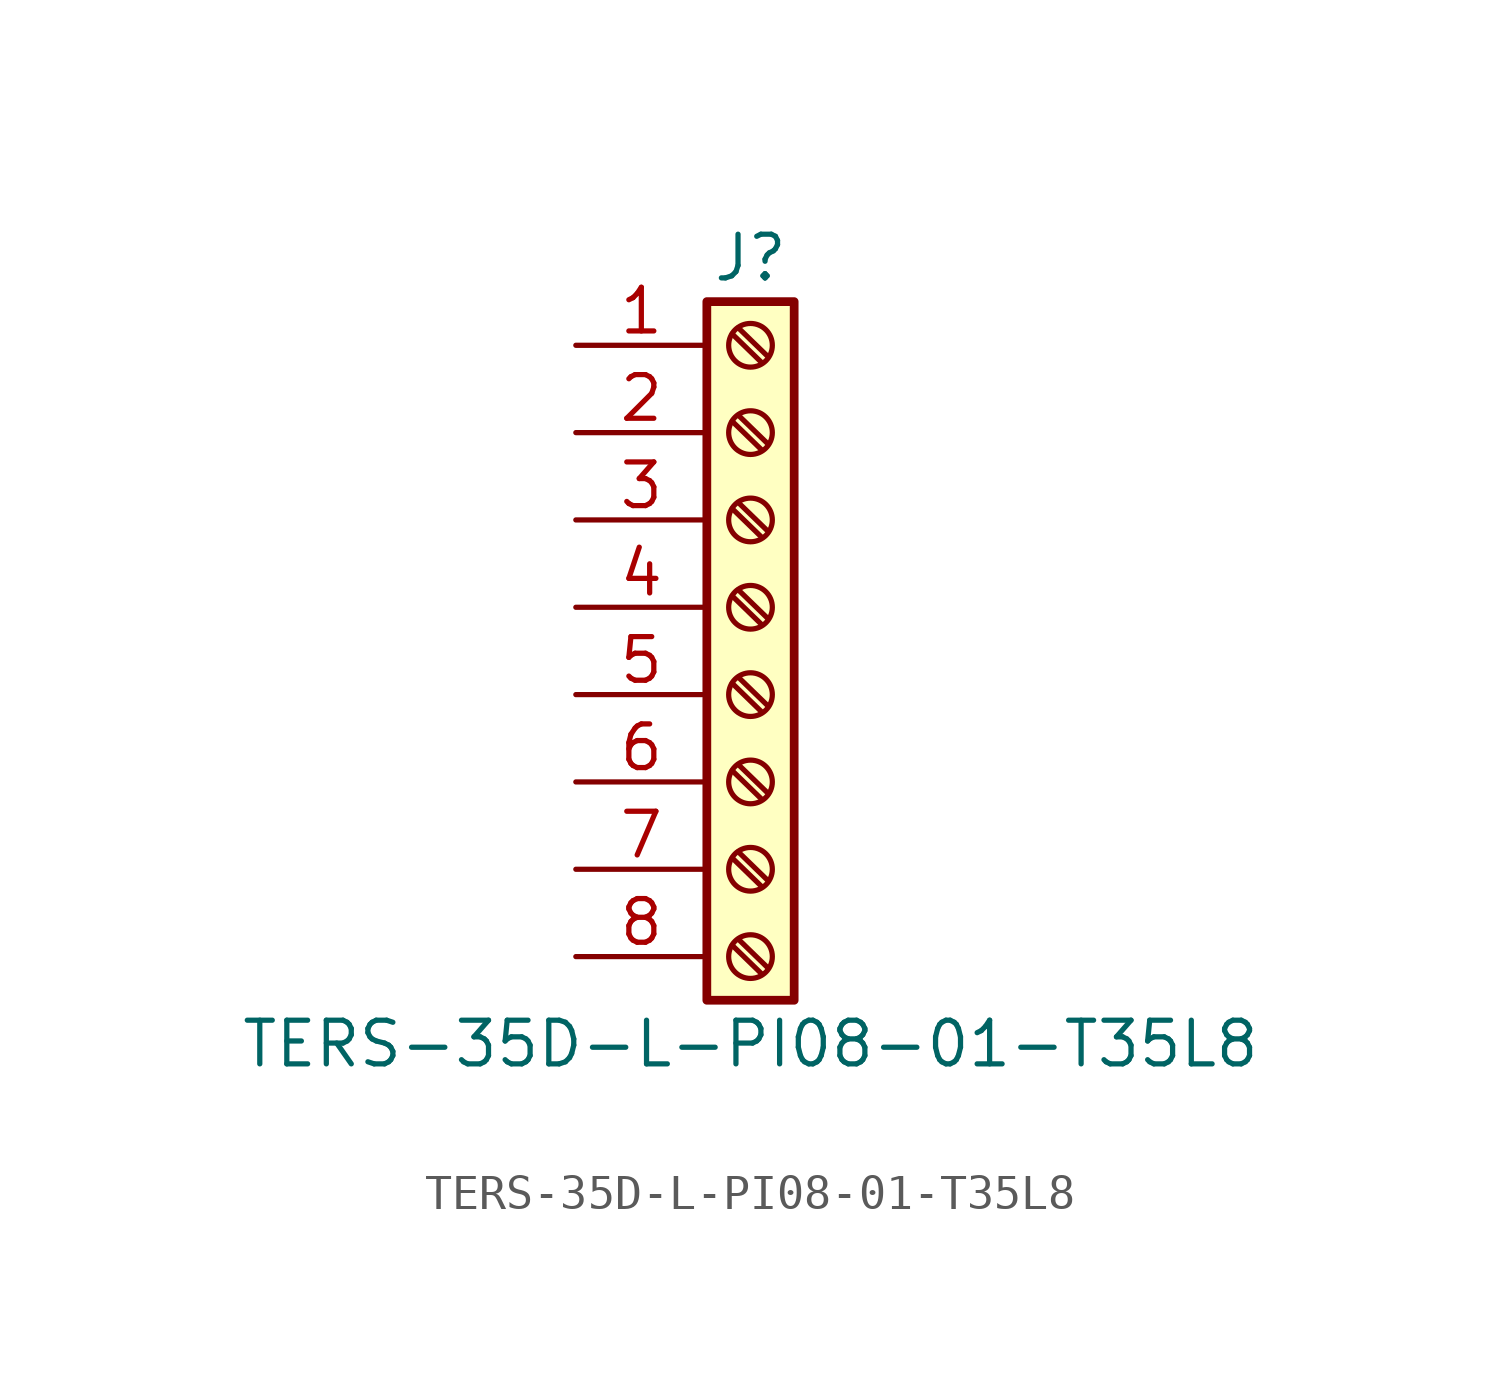
<source format=kicad_sym>
(kicad_symbol_lib
  (version 20211014)
  (generator kicad_symbol_editor)
  (symbol "TERS-35D-L-PI08-01-T35L8"
    (pin_names
      (offset 1.016) hide)
    (property "Reference" "J"
      (at 0 10.16 0)
      (effects (font (size 1.27 1.27))))
    (property "Value" "TERS-35D-L-PI08-01-T35L8"
      (at 0 -12.7 0)
      (effects (font (size 1.27 1.27))))
    (symbol "TERS-35D-L-PI08-01-T35L8_1_1"
      (rectangle (start -1.27 8.89) (end 1.27 -11.43) (stroke (width 0.254) (type default) (color 0 0 0 0)) (fill (type background)))
      (circle (center 0 -10.16) (radius 0.635) (stroke (width 0.152) (type default) (color 0 0 0 0)) (fill (type none)))
      (circle (center 0 -7.62) (radius 0.635) (stroke (width 0.152) (type default) (color 0 0 0 0)) (fill (type none)))
      (circle (center 0 -5.08) (radius 0.635) (stroke (width 0.152) (type default) (color 0 0 0 0)) (fill (type none)))
      (circle (center 0 -2.54) (radius 0.635) (stroke (width 0.152) (type default) (color 0 0 0 0)) (fill (type none)))
      (polyline (pts (xy -0.533 -9.83) (xy 0.33 -10.668)) (stroke (width 0.152) (type default) (color 0 0 0 0)) (fill (type none)))
      (polyline (pts (xy -0.533 -7.29) (xy 0.33 -8.128)) (stroke (width 0.152) (type default) (color 0 0 0 0)) (fill (type none)))
      (polyline (pts (xy -0.533 -4.75) (xy 0.33 -5.588)) (stroke (width 0.152) (type default) (color 0 0 0 0)) (fill (type none)))
      (polyline (pts (xy -0.533 -2.21) (xy 0.33 -3.048)) (stroke (width 0.152) (type default) (color 0 0 0 0)) (fill (type none)))
      (polyline (pts (xy -0.533 0.33) (xy 0.33 -0.508)) (stroke (width 0.152) (type default) (color 0 0 0 0)) (fill (type none)))
      (polyline (pts (xy -0.533 2.87) (xy 0.33 2.032)) (stroke (width 0.152) (type default) (color 0 0 0 0)) (fill (type none)))
      (polyline (pts (xy -0.533 5.41) (xy 0.33 4.572)) (stroke (width 0.152) (type default) (color 0 0 0 0)) (fill (type none)))
      (polyline (pts (xy -0.533 7.95) (xy 0.33 7.112)) (stroke (width 0.152) (type default) (color 0 0 0 0)) (fill (type none)))
      (polyline (pts (xy -0.356 -9.652) (xy 0.508 -10.49)) (stroke (width 0.152) (type default) (color 0 0 0 0)) (fill (type none)))
      (polyline (pts (xy -0.356 -7.112) (xy 0.508 -7.95)) (stroke (width 0.152) (type default) (color 0 0 0 0)) (fill (type none)))
      (polyline (pts (xy -0.356 -4.572) (xy 0.508 -5.41)) (stroke (width 0.152) (type default) (color 0 0 0 0)) (fill (type none)))
      (polyline (pts (xy -0.356 -2.032) (xy 0.508 -2.87)) (stroke (width 0.152) (type default) (color 0 0 0 0)) (fill (type none)))
      (polyline (pts (xy -0.356 0.508) (xy 0.508 -0.33)) (stroke (width 0.152) (type default) (color 0 0 0 0)) (fill (type none)))
      (polyline (pts (xy -0.356 3.048) (xy 0.508 2.21)) (stroke (width 0.152) (type default) (color 0 0 0 0)) (fill (type none)))
      (polyline (pts (xy -0.356 5.588) (xy 0.508 4.75)) (stroke (width 0.152) (type default) (color 0 0 0 0)) (fill (type none)))
      (polyline (pts (xy -0.356 8.128) (xy 0.508 7.29)) (stroke (width 0.152) (type default) (color 0 0 0 0)) (fill (type none)))
      (circle (center 0 0) (radius 0.635) (stroke (width 0.152) (type default) (color 0 0 0 0)) (fill (type none)))
      (circle (center 0 2.54) (radius 0.635) (stroke (width 0.152) (type default) (color 0 0 0 0)) (fill (type none)))
      (circle (center 0 5.08) (radius 0.635) (stroke (width 0.152) (type default) (color 0 0 0 0)) (fill (type none)))
      (circle (center 0 7.62) (radius 0.635) (stroke (width 0.152) (type default) (color 0 0 0 0)) (fill (type none)))
      (pin passive line (at -5.08 7.62 0) (length 3.81) (name "Pin_1" (effects (font (size 1.27 1.27)))) (number "1" (effects (font (size 1.27 1.27)))))
      (pin passive line (at -5.08 5.08 0) (length 3.81) (name "Pin_2" (effects (font (size 1.27 1.27)))) (number "2" (effects (font (size 1.27 1.27)))))
      (pin passive line (at -5.08 2.54 0) (length 3.81) (name "Pin_3" (effects (font (size 1.27 1.27)))) (number "3" (effects (font (size 1.27 1.27)))))
      (pin passive line (at -5.08 0 0) (length 3.81) (name "Pin_4" (effects (font (size 1.27 1.27)))) (number "4" (effects (font (size 1.27 1.27)))))
      (pin passive line (at -5.08 -2.54 0) (length 3.81) (name "Pin_5" (effects (font (size 1.27 1.27)))) (number "5" (effects (font (size 1.27 1.27)))))
      (pin passive line (at -5.08 -5.08 0) (length 3.81) (name "Pin_6" (effects (font (size 1.27 1.27)))) (number "6" (effects (font (size 1.27 1.27)))))
      (pin passive line (at -5.08 -7.62 0) (length 3.81) (name "Pin_7" (effects (font (size 1.27 1.27)))) (number "7" (effects (font (size 1.27 1.27)))))
      (pin passive line (at -5.08 -10.16 0) (length 3.81) (name "Pin_8" (effects (font (size 1.27 1.27)))) (number "8" (effects (font (size 1.27 1.27))))))))
</source>
